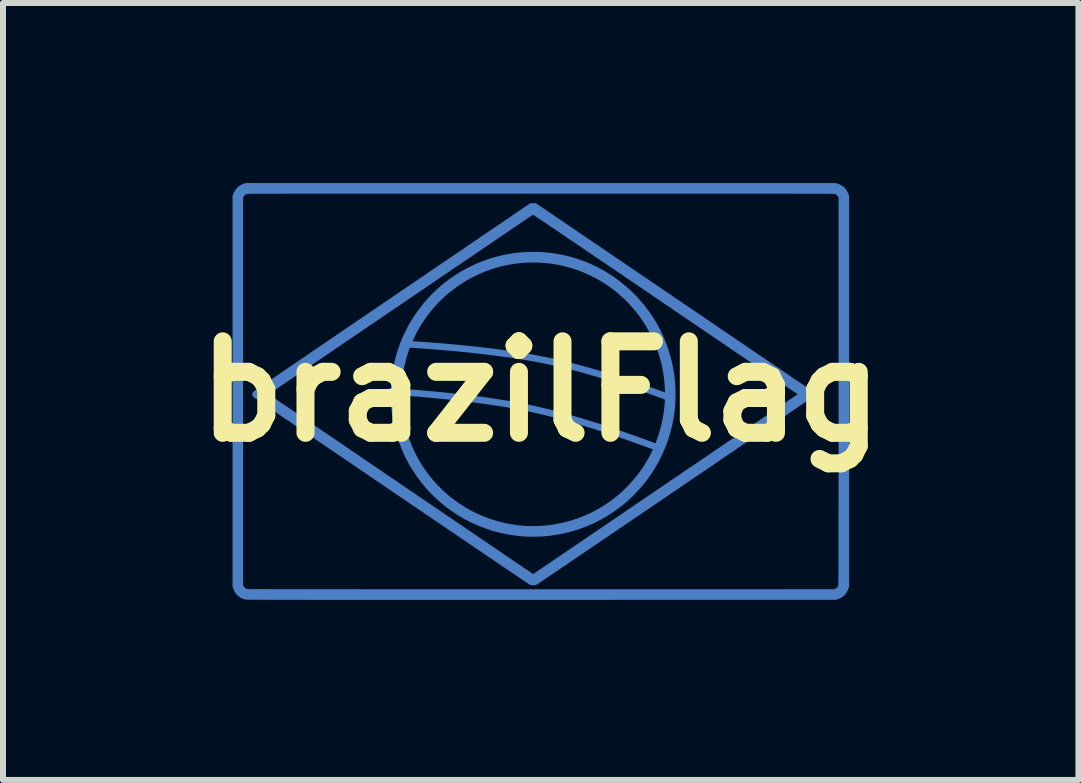
<source format=kicad_pcb>
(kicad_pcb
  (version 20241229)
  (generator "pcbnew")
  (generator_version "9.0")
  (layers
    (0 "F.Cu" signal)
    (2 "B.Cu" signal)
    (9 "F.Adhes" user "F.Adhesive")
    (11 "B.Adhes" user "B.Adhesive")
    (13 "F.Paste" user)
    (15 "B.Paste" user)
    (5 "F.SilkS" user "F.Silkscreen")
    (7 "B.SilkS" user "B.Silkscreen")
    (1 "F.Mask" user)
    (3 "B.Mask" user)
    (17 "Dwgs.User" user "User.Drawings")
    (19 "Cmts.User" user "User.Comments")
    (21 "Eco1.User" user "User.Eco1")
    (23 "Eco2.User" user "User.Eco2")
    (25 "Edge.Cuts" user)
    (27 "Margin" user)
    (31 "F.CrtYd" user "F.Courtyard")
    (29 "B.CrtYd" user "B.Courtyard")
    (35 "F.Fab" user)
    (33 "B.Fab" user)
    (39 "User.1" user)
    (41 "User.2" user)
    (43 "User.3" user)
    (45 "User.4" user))
  (footprint "brazilFlag"
    (layer "F.Cu")
    (at 5.958 3.471)
    (property "Reference" "brazilFlag" (at 0 0 0) (layer "F.SilkS") (effects (font (size 1.524 1.524) (thickness 0.3))))
    (attr through_hole)
    (pad "1" smd custom (at 1.95 -0.95) (size 0.1 0.1) (layers "B.Cu" "B.Mask") (options (anchor circle)) (primitives (gr_poly (pts (xy -2.025 -1.37) (xy -1.97 -1.368) (xy -1.941 -1.367) (xy -1.814 -1.356) (xy -1.689 -1.338) (xy -1.566 -1.315) (xy -1.444 -1.285) (xy -1.324 -1.248) (xy -1.205 -1.205) (xy -1.119 -1.169) (xy -1.094 -1.158) (xy -1.066 -1.144) (xy -1.034 -1.128) (xy -1.001 -1.112) (xy -0.967 -1.094) (xy -0.935 -1.077) (xy -0.906 -1.061) (xy -0.88 -1.047) (xy -0.871 -1.041) (xy -0.764 -0.974) (xy -0.661 -0.901) (xy -0.563 -0.823) (xy -0.469 -0.741) (xy -0.38 -0.654) (xy -0.296 -0.563) (xy -0.217 -0.469) (xy -0.143 -0.37) (xy -0.074 -0.268) (xy -0.011 -0.162) (xy 0.046 -0.053) (xy 0.098 0.059) (xy 0.144 0.174) (xy 0.184 0.291) (xy 0.218 0.411) (xy 0.246 0.533) (xy 0.267 0.657) (xy 0.28 0.759) (xy 0.289 0.884) (xy 0.292 1.009) (xy 0.288 1.133) (xy 0.278 1.257) (xy 0.261 1.38) (xy 0.238 1.502) (xy 0.208 1.622) (xy 0.172 1.741) (xy 0.13 1.857) (xy 0.082 1.972) (xy 0.028 2.084) (xy -0.032 2.193) (xy -0.098 2.299) (xy -0.17 2.402) (xy -0.231 2.482) (xy -0.264 2.522) (xy -0.301 2.564) (xy -0.34 2.607) (xy -0.381 2.65) (xy -0.423 2.692) (xy -0.464 2.731) (xy -0.503 2.768) (xy -0.531 2.793) (xy -0.632 2.874) (xy -0.735 2.949) (xy -0.841 3.018) (xy -0.95 3.081) (xy -1.062 3.138) (xy -1.177 3.188) (xy -1.294 3.233) (xy -1.414 3.271) (xy -1.536 3.303) (xy -1.66 3.328) (xy -1.787 3.348) (xy -1.916 3.36) (xy -1.93 3.361) (xy -1.944 3.362) (xy -1.964 3.363) (xy -1.988 3.363) (xy -2.015 3.364) (xy -2.044 3.364) (xy -2.074 3.364) (xy -2.104 3.364) (xy -2.132 3.364) (xy -2.158 3.364) (xy -2.18 3.363) (xy -2.198 3.363) (xy -2.207 3.362) (xy -2.217 3.362) (xy -2.231 3.361) (xy -2.248 3.359) (xy -2.266 3.358) (xy -2.267 3.358) (xy -2.392 3.344) (xy -2.515 3.324) (xy -2.637 3.298) (xy -2.756 3.266) (xy -2.873 3.227) (xy -2.987 3.183) (xy -3.098 3.133) (xy -3.207 3.078) (xy -3.312 3.017) (xy -3.414 2.951) (xy -3.512 2.88) (xy -3.607 2.804) (xy -3.697 2.723) (xy -3.784 2.638) (xy -3.866 2.548) (xy -3.943 2.454) (xy -4.016 2.355) (xy -4.084 2.253) (xy -4.147 2.147) (xy -4.204 2.036) (xy -4.256 1.923) (xy -4.302 1.806) (xy -4.306 1.795) (xy -4.337 1.702) (xy -4.364 1.606) (xy -4.388 1.509) (xy -4.408 1.411) (xy -4.423 1.314) (xy -4.434 1.219) (xy -4.44 1.127) (xy -4.441 1.101) (xy -4.442 1.079) (xy -4.442 1.059) (xy -4.443 1.041) (xy -4.444 1.027) (xy -4.445 1.019) (xy -4.446 1.011) (xy -4.278 1.011) (xy -4.276 1.078) (xy -4.268 1.196) (xy -4.255 1.314) (xy -4.234 1.431) (xy -4.208 1.547) (xy -4.175 1.662) (xy -4.135 1.775) (xy -4.09 1.885) (xy -4.039 1.993) (xy -3.982 2.099) (xy -3.919 2.201) (xy -3.91 2.215) (xy -3.84 2.315) (xy -3.765 2.41) (xy -3.685 2.5) (xy -3.601 2.585) (xy -3.512 2.666) (xy -3.42 2.741) (xy -3.324 2.811) (xy -3.224 2.875) (xy -3.121 2.935) (xy -3.015 2.988) (xy -2.906 3.036) (xy -2.794 3.078) (xy -2.68 3.114) (xy -2.563 3.144) (xy -2.445 3.167) (xy -2.325 3.185) (xy -2.209 3.195) (xy -2.18 3.196) (xy -2.146 3.197) (xy -2.109 3.198) (xy -2.07 3.198) (xy -2.032 3.198) (xy -1.996 3.197) (xy -1.964 3.196) (xy -1.949 3.195) (xy -1.826 3.184) (xy -1.705 3.167) (xy -1.586 3.143) (xy -1.468 3.113) (xy -1.352 3.076) (xy -1.239 3.033) (xy -1.128 2.984) (xy -1.019 2.928) (xy -0.913 2.866) (xy -0.854 2.829) (xy -0.756 2.759) (xy -0.662 2.685) (xy -0.572 2.605) (xy -0.486 2.52) (xy -0.405 2.43) (xy -0.329 2.337) (xy -0.258 2.239) (xy -0.202 2.152) (xy -0.142 2.048) (xy -0.087 1.94) (xy -0.038 1.83) (xy 0.004 1.716) (xy 0.04 1.601) (xy 0.07 1.484) (xy 0.094 1.366) (xy 0.111 1.246) (xy 0.118 1.181) (xy 0.119 1.16) (xy 0.121 1.139) (xy 0.122 1.121) (xy 0.122 1.107) (xy 0.123 1.1) (xy 0.123 1.08) (xy 0.096 1.071) (xy -0.086 1.005) (xy -0.265 0.942) (xy -0.441 0.882) (xy -0.614 0.825) (xy -0.783 0.772) (xy -0.948 0.721) (xy -1.109 0.674) (xy -1.266 0.63) (xy -1.418 0.589) (xy -1.566 0.552) (xy -1.708 0.519) (xy -1.846 0.489) (xy -1.967 0.464) (xy -2.077 0.444) (xy -2.193 0.424) (xy -2.315 0.404) (xy -2.442 0.385) (xy -2.573 0.367) (xy -2.709 0.349) (xy -2.847 0.331) (xy -2.989 0.315) (xy -3.132 0.299) (xy -3.278 0.284) (xy -3.424 0.27) (xy -3.571 0.257) (xy -3.717 0.245) (xy -3.863 0.234) (xy -3.985 0.225) (xy -4.013 0.224) (xy -4.039 0.222) (xy -4.063 0.22) (xy -4.083 0.219) (xy -4.099 0.218) (xy -4.11 0.217) (xy -4.113 0.217) (xy -4.134 0.215) (xy -4.141 0.234) (xy -4.165 0.303) (xy -4.188 0.376) (xy -4.208 0.452) (xy -4.226 0.53) (xy -4.242 0.608) (xy -4.255 0.686) (xy -4.265 0.762) (xy -4.271 0.835) (xy -4.274 0.881) (xy -4.275 0.911) (xy -4.173 0.918) (xy -4.008 0.931) (xy -3.845 0.945) (xy -3.684 0.959) (xy -3.525 0.975) (xy -3.369 0.992) (xy -3.217 1.009) (xy -3.069 1.027) (xy -2.924 1.046) (xy -2.785 1.065) (xy -2.65 1.086) (xy -2.52 1.106) (xy -2.397 1.128) (xy -2.279 1.149) (xy -2.241 1.157) (xy -2.096 1.187) (xy -1.947 1.221) (xy -1.793 1.258) (xy -1.634 1.299) (xy -1.47 1.344) (xy -1.301 1.393) (xy -1.127 1.446) (xy -0.948 1.502) (xy -0.764 1.562) (xy -0.574 1.627) (xy -0.522 1.644) (xy -0.492 1.655) (xy -0.46 1.666) (xy -0.425 1.679) (xy -0.389 1.691) (xy -0.352 1.705) (xy -0.315 1.718) (xy -0.278 1.731) (xy -0.242 1.744) (xy -0.207 1.757) (xy -0.174 1.769) (xy -0.144 1.78) (xy -0.116 1.791) (xy -0.092 1.799) (xy -0.073 1.807) (xy -0.058 1.813) (xy -0.048 1.817) (xy -0.044 1.818) (xy -0.044 1.818) (xy -0.045 1.822) (xy -0.048 1.83) (xy -0.052 1.841) (xy -0.057 1.855) (xy -0.063 1.87) (xy -0.068 1.885) (xy -0.073 1.897) (xy -0.077 1.906) (xy -0.079 1.911) (xy -0.079 1.911) (xy -0.082 1.91) (xy -0.091 1.907) (xy -0.104 1.902) (xy -0.122 1.896) (xy -0.143 1.888) (xy -0.167 1.879) (xy -0.184 1.873) (xy -0.334 1.818) (xy -0.484 1.764) (xy -0.635 1.711) (xy -0.786 1.66) (xy -0.935 1.611) (xy -1.084 1.564) (xy -1.23 1.519) (xy -1.375 1.476) (xy -1.516 1.436) (xy -1.655 1.398) (xy -1.789 1.363) (xy -1.92 1.33) (xy -2.046 1.301) (xy -2.166 1.274) (xy -2.236 1.26) (xy -2.338 1.24) (xy -2.447 1.221) (xy -2.561 1.201) (xy -2.681 1.183) (xy -2.805 1.164) (xy -2.933 1.146) (xy -3.064 1.129) (xy -3.199 1.112) (xy -3.336 1.096) (xy -3.475 1.081) (xy -3.616 1.067) (xy -3.757 1.053) (xy -3.899 1.041) (xy -4.041 1.029) (xy -4.146 1.021) (xy -4.172 1.019) (xy -4.196 1.018) (xy -4.218 1.016) (xy -4.237 1.014) (xy -4.251 1.013) (xy -4.259 1.013) (xy -4.259 1.013) (xy -4.278 1.011) (xy -4.446 1.011) (xy -4.446 1.008) (xy -4.448 1.003) (xy -4.452 1.001) (xy -4.457 1) (xy -4.468 0.999) (xy -4.467 0.965) (xy -4.466 0.949) (xy -4.466 0.933) (xy -4.465 0.92) (xy -4.464 0.915) (xy -4.463 0.906) (xy -4.46 0.901) (xy -4.456 0.899) (xy -4.453 0.899) (xy -4.443 0.899) (xy -4.441 0.866) (xy -4.43 0.741) (xy -4.413 0.619) (xy -4.391 0.501) (xy -4.363 0.384) (xy -4.329 0.269) (xy -4.289 0.155) (xy -4.273 0.113) (xy -4.091 0.113) (xy -4.09 0.116) (xy -4.088 0.117) (xy -4.085 0.118) (xy -4.081 0.118) (xy -4.079 0.118) (xy -4.073 0.119) (xy -4.06 0.12) (xy -4.043 0.121) (xy -4.021 0.123) (xy -3.996 0.124) (xy -3.968 0.126) (xy -3.938 0.128) (xy -3.933 0.129) (xy -3.816 0.137) (xy -3.696 0.146) (xy -3.573 0.156) (xy -3.448 0.167) (xy -3.322 0.179) (xy -3.196 0.191) (xy -3.072 0.204) (xy -2.95 0.218) (xy -2.831 0.232) (xy -2.717 0.246) (xy -2.609 0.26) (xy -2.6 0.261) (xy -2.462 0.28) (xy -2.33 0.3) (xy -2.203 0.32) (xy -2.08 0.342) (xy -1.959 0.364) (xy -1.841 0.388) (xy -1.723 0.413) (xy -1.605 0.44) (xy -1.486 0.468) (xy -1.365 0.499) (xy -1.242 0.533) (xy -1.114 0.568) (xy -0.999 0.601) (xy -0.913 0.627) (xy -0.823 0.655) (xy -0.729 0.684) (xy -0.633 0.714) (xy -0.536 0.746) (xy -0.438 0.778) (xy -0.341 0.81) (xy -0.247 0.842) (xy -0.155 0.874) (xy -0.067 0.905) (xy 0.016 0.935) (xy 0.062 0.951) (xy 0.081 0.958) (xy 0.097 0.964) (xy 0.111 0.969) (xy 0.12 0.972) (xy 0.124 0.973) (xy 0.125 0.97) (xy 0.125 0.962) (xy 0.125 0.949) (xy 0.125 0.933) (xy 0.125 0.929) (xy 0.119 0.833) (xy 0.11 0.743) (xy 0.098 0.656) (xy 0.084 0.572) (xy 0.066 0.489) (xy 0.044 0.407) (xy 0.019 0.323) (xy 0.015 0.312) (xy -0.025 0.198) (xy -0.072 0.087) (xy -0.125 -0.021) (xy -0.183 -0.126) (xy -0.247 -0.227) (xy -0.317 -0.325) (xy -0.391 -0.419) (xy -0.471 -0.508) (xy -0.555 -0.594) (xy -0.645 -0.675) (xy -0.738 -0.751) (xy -0.836 -0.822) (xy -0.851 -0.832) (xy -0.941 -0.888) (xy -1.035 -0.942) (xy -1.133 -0.991) (xy -1.232 -1.035) (xy -1.323 -1.071) (xy -1.437 -1.109) (xy -1.553 -1.141) (xy -1.67 -1.166) (xy -1.789 -1.185) (xy -1.908 -1.197) (xy -2.028 -1.203) (xy -2.148 -1.202) (xy -2.268 -1.195) (xy -2.388 -1.181) (xy -2.507 -1.161) (xy -2.625 -1.134) (xy -2.657 -1.126) (xy -2.772 -1.091) (xy -2.885 -1.05) (xy -2.995 -1.002) (xy -3.102 -0.95) (xy -3.206 -0.891) (xy -3.307 -0.827) (xy -3.403 -0.758) (xy -3.496 -0.684) (xy -3.585 -0.605) (xy -3.669 -0.522) (xy -3.749 -0.433) (xy -3.824 -0.341) (xy -3.893 -0.244) (xy -3.958 -0.144) (xy -4.017 -0.04) (xy -4.051 0.027) (xy -4.064 0.053) (xy -4.074 0.073) (xy -4.081 0.089) (xy -4.086 0.1) (xy -4.089 0.108) (xy -4.091 0.113) (xy -4.273 0.113) (xy -4.261 0.083) (xy -4.249 0.055) (xy -4.234 0.022) (xy -4.217 -0.014) (xy -4.198 -0.051) (xy -4.18 -0.088) (xy -4.161 -0.124) (xy -4.143 -0.158) (xy -4.127 -0.187) (xy -4.122 -0.195) (xy -4.055 -0.302) (xy -3.983 -0.406) (xy -3.906 -0.505) (xy -3.825 -0.599) (xy -3.739 -0.688) (xy -3.648 -0.773) (xy -3.554 -0.853) (xy -3.455 -0.927) (xy -3.353 -0.996) (xy -3.248 -1.06) (xy -3.139 -1.118) (xy -3.027 -1.171) (xy -2.912 -1.218) (xy -2.795 -1.259) (xy -2.675 -1.293) (xy -2.553 -1.322) (xy -2.429 -1.344) (xy -2.379 -1.351) (xy -2.325 -1.357) (xy -2.268 -1.362) (xy -2.207 -1.366) (xy -2.145 -1.369) (xy -2.084 -1.37) (xy -2.025 -1.37)) (width 0.01) (fill yes))))
    (pad "1" smd custom (at 3 -0.95) (size 0.1 0.1) (layers "B.Cu" "B.Mask") (options (anchor circle)) (primitives (gr_poly (pts (xy -0.822 -0.645) (xy -0.709 -0.568) (xy -0.597 -0.492) (xy -0.487 -0.418) (xy -0.379 -0.344) (xy -0.272 -0.271) (xy -0.167 -0.2) (xy -0.064 -0.13) (xy 0.037 -0.061) (xy 0.136 0.006) (xy 0.232 0.071) (xy 0.326 0.135) (xy 0.417 0.197) (xy 0.506 0.258) (xy 0.592 0.316) (xy 0.674 0.372) (xy 0.754 0.426) (xy 0.83 0.478) (xy 0.902 0.527) (xy 0.972 0.574) (xy 1.037 0.619) (xy 1.099 0.66) (xy 1.156 0.7) (xy 1.21 0.736) (xy 1.259 0.769) (xy 1.304 0.8) (xy 1.344 0.827) (xy 1.379 0.851) (xy 1.41 0.872) (xy 1.436 0.89) (xy 1.457 0.904) (xy 1.473 0.915) (xy 1.483 0.922) (xy 1.488 0.925) (xy 1.507 0.939) (xy 1.522 0.95) (xy 1.532 0.959) (xy 1.539 0.967) (xy 1.541 0.97) (xy 1.547 0.988) (xy 1.547 1.007) (xy 1.541 1.025) (xy 1.54 1.026) (xy 1.539 1.027) (xy 1.537 1.029) (xy 1.534 1.031) (xy 1.53 1.035) (xy 1.525 1.039) (xy 1.518 1.044) (xy 1.51 1.05) (xy 1.5 1.057) (xy 1.488 1.065) (xy 1.475 1.075) (xy 1.459 1.085) (xy 1.442 1.098) (xy 1.422 1.111) (xy 1.401 1.126) (xy 1.376 1.143) (xy 1.35 1.162) (xy 1.32 1.182) (xy 1.288 1.204) (xy 1.253 1.228) (xy 1.216 1.253) (xy 1.175 1.281) (xy 1.131 1.311) (xy 1.084 1.344) (xy 1.033 1.378) (xy 0.979 1.415) (xy 0.921 1.454) (xy 0.86 1.496) (xy 0.795 1.541) (xy 0.726 1.588) (xy 0.653 1.637) (xy 0.575 1.69) (xy 0.494 1.745) (xy 0.408 1.804) (xy 0.318 1.865) (xy 0.223 1.93) (xy 0.123 1.997) (xy 0.019 2.068) (xy -0.09 2.143) (xy -0.205 2.22) (xy -0.324 2.302) (xy -0.449 2.386) (xy -0.579 2.475) (xy -0.714 2.567) (xy -0.762 2.599) (xy -0.875 2.676) (xy -0.987 2.752) (xy -1.097 2.827) (xy -1.206 2.901) (xy -1.313 2.974) (xy -1.419 3.045) (xy -1.522 3.116) (xy -1.623 3.184) (xy -1.722 3.251) (xy -1.818 3.317) (xy -1.912 3.381) (xy -2.003 3.443) (xy -2.092 3.503) (xy -2.177 3.561) (xy -2.26 3.617) (xy -2.339 3.67) (xy -2.415 3.722) (xy -2.488 3.771) (xy -2.556 3.818) (xy -2.622 3.862) (xy -2.683 3.903) (xy -2.74 3.942) (xy -2.794 3.978) (xy -2.843 4.011) (xy -2.887 4.042) (xy -2.927 4.069) (xy -2.963 4.093) (xy -2.993 4.113) (xy -3.019 4.131) (xy -3.04 4.145) (xy -3.055 4.155) (xy -3.066 4.162) (xy -3.07 4.165) (xy -3.071 4.165) (xy -3.086 4.17) (xy -3.105 4.173) (xy -3.126 4.174) (xy -3.147 4.173) (xy -3.165 4.171) (xy -3.174 4.168) (xy -3.178 4.166) (xy -3.187 4.16) (xy -3.201 4.15) (xy -3.221 4.137) (xy -3.245 4.121) (xy -3.274 4.101) (xy -3.308 4.079) (xy -3.347 4.053) (xy -3.389 4.024) (xy -3.436 3.992) (xy -3.487 3.958) (xy -3.542 3.921) (xy -3.6 3.882) (xy -3.662 3.84) (xy -3.727 3.796) (xy -3.795 3.749) (xy -3.867 3.701) (xy -3.941 3.651) (xy -4.018 3.599) (xy -4.097 3.545) (xy -4.179 3.489) (xy -4.264 3.432) (xy -4.35 3.373) (xy -4.438 3.314) (xy -4.528 3.253) (xy -4.619 3.191) (xy -4.712 3.128) (xy -4.806 3.064) (xy -4.902 2.999) (xy -4.998 2.934) (xy -5.095 2.868) (xy -5.193 2.801) (xy -5.291 2.735) (xy -5.389 2.668) (xy -5.488 2.601) (xy -5.586 2.534) (xy -5.685 2.467) (xy -5.783 2.401) (xy -5.88 2.334) (xy -5.977 2.268) (xy -6.073 2.203) (xy -6.168 2.138) (xy -6.262 2.074) (xy -6.355 2.011) (xy -6.446 1.949) (xy -6.536 1.888) (xy -6.624 1.829) (xy -6.71 1.77) (xy -6.793 1.713) (xy -6.875 1.658) (xy -6.954 1.604) (xy -7.031 1.552) (xy -7.104 1.502) (xy -7.175 1.453) (xy -7.243 1.407) (xy -7.308 1.363) (xy -7.369 1.321) (xy -7.427 1.282) (xy -7.481 1.245) (xy -7.531 1.211) (xy -7.577 1.179) (xy -7.619 1.151) (xy -7.656 1.125) (xy -7.689 1.102) (xy -7.718 1.083) (xy -7.741 1.066) (xy -7.76 1.054) (xy -7.773 1.044) (xy -7.782 1.038) (xy -7.784 1.036) (xy -7.796 1.02) (xy -7.801 1.003) (xy -7.8 0.998) (xy -7.537 0.998) (xy -7.534 1) (xy -7.526 1.006) (xy -7.513 1.015) (xy -7.494 1.028) (xy -7.47 1.044) (xy -7.442 1.064) (xy -7.409 1.086) (xy -7.372 1.112) (xy -7.33 1.14) (xy -7.284 1.171) (xy -7.234 1.205) (xy -7.18 1.242) (xy -7.123 1.281) (xy -7.062 1.322) (xy -6.998 1.366) (xy -6.931 1.412) (xy -6.861 1.46) (xy -6.787 1.509) (xy -6.712 1.561) (xy -6.633 1.614) (xy -6.553 1.669) (xy -6.47 1.725) (xy -6.385 1.783) (xy -6.298 1.842) (xy -6.21 1.902) (xy -6.12 1.963) (xy -6.029 2.025) (xy -5.937 2.088) (xy -5.843 2.152) (xy -5.749 2.216) (xy -5.654 2.281) (xy -5.558 2.346) (xy -5.462 2.411) (xy -5.366 2.476) (xy -5.27 2.542) (xy -5.173 2.607) (xy -5.078 2.672) (xy -4.982 2.737) (xy -4.887 2.802) (xy -4.793 2.866) (xy -4.7 2.929) (xy -4.608 2.992) (xy -4.517 3.054) (xy -4.427 3.114) (xy -4.34 3.174) (xy -4.253 3.233) (xy -4.169 3.29) (xy -4.087 3.346) (xy -4.007 3.4) (xy -3.929 3.453) (xy -3.854 3.504) (xy -3.782 3.553) (xy -3.713 3.6) (xy -3.646 3.645) (xy -3.583 3.688) (xy -3.523 3.729) (xy -3.467 3.767) (xy -3.414 3.803) (xy -3.366 3.836) (xy -3.321 3.866) (xy -3.28 3.894) (xy -3.244 3.918) (xy -3.212 3.94) (xy -3.185 3.958) (xy -3.163 3.973) (xy -3.146 3.985) (xy -3.134 3.993) (xy -3.127 3.997) (xy -3.126 3.998) (xy -3.123 3.996) (xy -3.115 3.99) (xy -3.101 3.981) (xy -3.082 3.968) (xy -3.058 3.952) (xy -3.029 3.933) (xy -2.996 3.91) (xy -2.957 3.884) (xy -2.915 3.855) (xy -2.867 3.823) (xy -2.816 3.788) (xy -2.76 3.75) (xy -2.701 3.71) (xy -2.637 3.666) (xy -2.57 3.621) (xy -2.499 3.573) (xy -2.425 3.522) (xy -2.347 3.47) (xy -2.267 3.415) (xy -2.183 3.358) (xy -2.096 3.299) (xy -2.006 3.238) (xy -1.914 3.175) (xy -1.82 3.111) (xy -1.722 3.045) (xy -1.623 2.977) (xy -1.522 2.908) (xy -1.418 2.838) (xy -1.313 2.767) (xy -1.206 2.694) (xy -1.097 2.62) (xy -0.987 2.545) (xy -0.926 2.504) (xy -0.792 2.412) (xy -0.663 2.325) (xy -0.54 2.241) (xy -0.421 2.161) (xy -0.308 2.084) (xy -0.201 2.011) (xy -0.098 1.94) (xy 0.001 1.874) (xy 0.094 1.81) (xy 0.183 1.75) (xy 0.268 1.692) (xy 0.348 1.638) (xy 0.424 1.586) (xy 0.495 1.537) (xy 0.563 1.491) (xy 0.627 1.448) (xy 0.687 1.407) (xy 0.743 1.369) (xy 0.796 1.333) (xy 0.846 1.299) (xy 0.892 1.268) (xy 0.935 1.239) (xy 0.974 1.212) (xy 1.011 1.187) (xy 1.045 1.164) (xy 1.076 1.142) (xy 1.105 1.123) (xy 1.131 1.105) (xy 1.154 1.089) (xy 1.175 1.075) (xy 1.194 1.062) (xy 1.211 1.05) (xy 1.226 1.04) (xy 1.239 1.031) (xy 1.251 1.023) (xy 1.26 1.017) (xy 1.269 1.011) (xy 1.276 1.006) (xy 1.281 1.002) (xy 1.285 0.999) (xy 1.289 0.997) (xy 1.291 0.995) (xy 1.293 0.994) (xy 1.294 0.993) (xy 1.294 0.993) (xy 1.294 0.993) (xy 1.293 0.993) (xy 1.292 0.994) (xy 1.291 0.994) (xy 1.29 0.995) (xy 1.289 0.996) (xy 1.288 0.996) (xy 1.287 0.996) (xy 1.287 0.996) (xy 1.285 0.994) (xy 1.276 0.988) (xy 1.263 0.979) (xy 1.244 0.966) (xy 1.22 0.95) (xy 1.191 0.93) (xy 1.157 0.908) (xy 1.119 0.881) (xy 1.076 0.852) (xy 1.029 0.82) (xy 0.977 0.785) (xy 0.922 0.747) (xy 0.862 0.707) (xy 0.798 0.664) (xy 0.731 0.618) (xy 0.66 0.57) (xy 0.586 0.519) (xy 0.509 0.466) (xy 0.428 0.411) (xy 0.344 0.354) (xy 0.257 0.295) (xy 0.167 0.235) (xy 0.075 0.172) (xy -0.02 0.107) (xy -0.117 0.041) (xy -0.216 -0.026) (xy -0.318 -0.095) (xy -0.421 -0.166) (xy -0.527 -0.237) (xy -0.634 -0.31) (xy -0.743 -0.384) (xy -0.853 -0.459) (xy -0.92 -0.504) (xy -1.058 -0.599) (xy -1.193 -0.69) (xy -1.324 -0.779) (xy -1.45 -0.865) (xy -1.573 -0.948) (xy -1.691 -1.029) (xy -1.806 -1.106) (xy -1.915 -1.181) (xy -2.021 -1.252) (xy -2.122 -1.321) (xy -2.219 -1.386) (xy -2.311 -1.449) (xy -2.398 -1.508) (xy -2.481 -1.564) (xy -2.559 -1.617) (xy -2.633 -1.667) (xy -2.701 -1.713) (xy -2.765 -1.757) (xy -2.824 -1.796) (xy -2.878 -1.833) (xy -2.926 -1.866) (xy -2.97 -1.895) (xy -3.009 -1.921) (xy -3.042 -1.943) (xy -3.07 -1.962) (xy -3.093 -1.977) (xy -3.11 -1.989) (xy -3.122 -1.996) (xy -3.128 -2) (xy -3.13 -2.001) (xy -3.132 -1.999) (xy -3.141 -1.993) (xy -3.154 -1.984) (xy -3.173 -1.971) (xy -3.197 -1.955) (xy -3.225 -1.936) (xy -3.259 -1.913) (xy -3.296 -1.888) (xy -3.338 -1.859) (xy -3.384 -1.828) (xy -3.434 -1.794) (xy -3.488 -1.758) (xy -3.545 -1.719) (xy -3.606 -1.677) (xy -3.67 -1.634) (xy -3.737 -1.588) (xy -3.807 -1.54) (xy -3.88 -1.491) (xy -3.956 -1.439) (xy -4.034 -1.386) (xy -4.115 -1.331) (xy -4.198 -1.275) (xy -4.282 -1.218) (xy -4.369 -1.159) (xy -4.457 -1.099) (xy -4.547 -1.038) (xy -4.638 -0.976) (xy -4.73 -0.914) (xy -4.823 -0.85) (xy -4.917 -0.786) (xy -5.012 -0.722) (xy -5.107 -0.657) (xy -5.203 -0.592) (xy -5.298 -0.527) (xy -5.394 -0.462) (xy -5.49 -0.397) (xy -5.585 -0.332) (xy -5.68 -0.268) (xy -5.774 -0.204) (xy -5.868 -0.14) (xy -5.96 -0.077) (xy -6.052 -0.015) (xy -6.142 0.046) (xy -6.23 0.106) (xy -6.317 0.165) (xy -6.403 0.223) (xy -6.486 0.28) (xy -6.567 0.335) (xy -6.646 0.389) (xy -6.723 0.441) (xy -6.796 0.491) (xy -6.868 0.539) (xy -6.936 0.586) (xy -7.001 0.63) (xy -7.063 0.672) (xy -7.121 0.712) (xy -7.176 0.749) (xy -7.227 0.784) (xy -7.274 0.816) (xy -7.317 0.845) (xy -7.356 0.871) (xy -7.391 0.895) (xy -7.421 0.915) (xy -7.446 0.932) (xy -7.466 0.946) (xy -7.481 0.956) (xy -7.491 0.963) (xy -7.493 0.965) (xy -7.508 0.975) (xy -7.521 0.984) (xy -7.531 0.992) (xy -7.536 0.997) (xy -7.537 0.998) (xy -7.8 0.998) (xy -7.799 0.985) (xy -7.792 0.968) (xy -7.784 0.959) (xy -7.781 0.956) (xy -7.772 0.95) (xy -7.758 0.94) (xy -7.739 0.927) (xy -7.714 0.91) (xy -7.685 0.89) (xy -7.651 0.866) (xy -7.612 0.84) (xy -7.569 0.81) (xy -7.521 0.778) (xy -7.469 0.742) (xy -7.412 0.704) (xy -7.352 0.663) (xy -7.288 0.619) (xy -7.22 0.572) (xy -7.148 0.524) (xy -7.073 0.473) (xy -6.995 0.419) (xy -6.913 0.364) (xy -6.829 0.306) (xy -6.741 0.246) (xy -6.65 0.184) (xy -6.557 0.121) (xy -6.461 0.056) (xy -6.363 -0.011) (xy -6.262 -0.08) (xy -6.16 -0.149) (xy -6.055 -0.221) (xy -5.948 -0.293) (xy -5.839 -0.367) (xy -5.729 -0.442) (xy -5.618 -0.518) (xy -5.505 -0.595) (xy -5.472 -0.617) (xy -3.171 -2.181) (xy -3.128 -2.182) (xy -3.085 -2.183) (xy -0.822 -0.645)) (width 0.01) (fill yes))))
    (pad "1" smd custom (at 5.05 -3) (size 0.1 0.1) (layers "B.Cu" "B.Mask") (options (anchor circle)) (primitives (gr_poly (pts (xy -0.111 -0.459) (xy -0.07 -0.443) (xy -0.033 -0.423) (xy -0.001 -0.397) (xy 0.027 -0.367) (xy 0.051 -0.331) (xy 0.069 -0.292) (xy 0.075 -0.275) (xy 0.083 -0.25) (xy 0.083 6.249) (xy 0.075 6.275) (xy 0.058 6.316) (xy 0.037 6.353) (xy 0.01 6.386) (xy -0.021 6.414) (xy -0.056 6.436) (xy -0.096 6.454) (xy -0.109 6.458) (xy -0.134 6.466) (xy -5.04 6.467) (xy -5.263 6.467) (xy -5.48 6.467) (xy -5.69 6.467) (xy -5.893 6.467) (xy -6.091 6.467) (xy -6.282 6.467) (xy -6.466 6.467) (xy -6.645 6.467) (xy -6.818 6.467) (xy -6.984 6.467) (xy -7.145 6.467) (xy -7.301 6.467) (xy -7.45 6.467) (xy -7.595 6.467) (xy -7.733 6.467) (xy -7.867 6.467) (xy -7.995 6.467) (xy -8.118 6.467) (xy -8.236 6.467) (xy -8.349 6.467) (xy -8.458 6.467) (xy -8.561 6.467) (xy -8.66 6.467) (xy -8.755 6.467) (xy -8.845 6.467) (xy -8.93 6.467) (xy -9.012 6.466) (xy -9.089 6.466) (xy -9.162 6.466) (xy -9.232 6.466) (xy -9.297 6.466) (xy -9.359 6.466) (xy -9.417 6.466) (xy -9.471 6.466) (xy -9.522 6.466) (xy -9.57 6.466) (xy -9.615 6.466) (xy -9.656 6.465) (xy -9.694 6.465) (xy -9.729 6.465) (xy -9.762 6.465) (xy -9.791 6.465) (xy -9.818 6.465) (xy -9.842 6.465) (xy -9.864 6.465) (xy -9.883 6.464) (xy -9.901 6.464) (xy -9.915 6.464) (xy -9.928 6.464) (xy -9.939 6.464) (xy -9.948 6.464) (xy -9.955 6.463) (xy -9.961 6.463) (xy -9.964 6.463) (xy -9.967 6.463) (xy -9.967 6.463) (xy -10.009 6.45) (xy -10.047 6.433) (xy -10.081 6.409) (xy -10.111 6.381) (xy -10.137 6.348) (xy -10.157 6.31) (xy -10.171 6.275) (xy -10.179 6.249) (xy -10.179 -0.229) (xy -10.013 -0.229) (xy -10.013 6.229) (xy -10.005 6.244) (xy -9.99 6.267) (xy -9.971 6.284) (xy -9.948 6.295) (xy -9.938 6.298) (xy -9.934 6.298) (xy -9.923 6.298) (xy -9.906 6.299) (xy -9.883 6.299) (xy -9.853 6.299) (xy -9.816 6.299) (xy -9.774 6.299) (xy -9.725 6.299) (xy -9.671 6.299) (xy -9.61 6.299) (xy -9.544 6.299) (xy -9.472 6.3) (xy -9.395 6.3) (xy -9.312 6.3) (xy -9.223 6.3) (xy -9.13 6.3) (xy -9.031 6.3) (xy -8.927 6.3) (xy -8.818 6.3) (xy -8.704 6.3) (xy -8.585 6.3) (xy -8.462 6.3) (xy -8.334 6.3) (xy -8.201 6.3) (xy -8.064 6.3) (xy -7.923 6.301) (xy -7.777 6.301) (xy -7.628 6.301) (xy -7.474 6.301) (xy -7.316 6.301) (xy -7.155 6.301) (xy -6.99 6.301) (xy -6.821 6.301) (xy -6.649 6.301) (xy -6.473 6.301) (xy -6.294 6.301) (xy -6.112 6.301) (xy -5.927 6.301) (xy -5.738 6.301) (xy -5.547 6.301) (xy -5.353 6.301) (xy -5.156 6.301) (xy -5.041 6.301) (xy -0.158 6.3) (xy -0.14 6.292) (xy -0.121 6.28) (xy -0.104 6.263) (xy -0.091 6.243) (xy -0.09 6.239) (xy -0.089 6.238) (xy -0.089 6.237) (xy -0.089 6.235) (xy -0.088 6.233) (xy -0.088 6.231) (xy -0.088 6.227) (xy -0.088 6.223) (xy -0.087 6.218) (xy -0.087 6.211) (xy -0.087 6.204) (xy -0.087 6.195) (xy -0.086 6.184) (xy -0.086 6.172) (xy -0.086 6.158) (xy -0.086 6.142) (xy -0.086 6.125) (xy -0.085 6.105) (xy -0.085 6.082) (xy -0.085 6.058) (xy -0.085 6.031) (xy -0.085 6.001) (xy -0.085 5.969) (xy -0.085 5.933) (xy -0.084 5.895) (xy -0.084 5.853) (xy -0.084 5.808) (xy -0.084 5.76) (xy -0.084 5.708) (xy -0.084 5.653) (xy -0.084 5.594) (xy -0.084 5.53) (xy -0.084 5.463) (xy -0.084 5.392) (xy -0.084 5.316) (xy -0.084 5.236) (xy -0.084 5.151) (xy -0.084 5.062) (xy -0.084 4.968) (xy -0.083 4.869) (xy -0.083 4.765) (xy -0.083 4.655) (xy -0.083 4.541) (xy -0.083 4.42) (xy -0.083 4.295) (xy -0.083 4.163) (xy -0.083 4.026) (xy -0.083 3.883) (xy -0.083 3.734) (xy -0.083 3.578) (xy -0.083 3.417) (xy -0.083 3.248) (xy -0.083 3.073) (xy -0.083 -0.229) (xy -0.092 -0.246) (xy -0.107 -0.267) (xy -0.125 -0.283) (xy -0.145 -0.294) (xy -0.145 -0.294) (xy -0.147 -0.295) (xy -0.148 -0.295) (xy -0.15 -0.295) (xy -0.152 -0.295) (xy -0.155 -0.296) (xy -0.159 -0.296) (xy -0.163 -0.296) (xy -0.169 -0.296) (xy -0.176 -0.296) (xy -0.183 -0.297) (xy -0.192 -0.297) (xy -0.203 -0.297) (xy -0.215 -0.297) (xy -0.228 -0.297) (xy -0.243 -0.298) (xy -0.26 -0.298) (xy -0.279 -0.298) (xy -0.299 -0.298) (xy -0.322 -0.298) (xy -0.347 -0.298) (xy -0.375 -0.298) (xy -0.404 -0.299) (xy -0.436 -0.299) (xy -0.471 -0.299) (xy -0.509 -0.299) (xy -0.549 -0.299) (xy -0.592 -0.299) (xy -0.638 -0.299) (xy -0.688 -0.299) (xy -0.74 -0.299) (xy -0.796 -0.299) (xy -0.855 -0.3) (xy -0.918 -0.3) (xy -0.985 -0.3) (xy -1.055 -0.3) (xy -1.129 -0.3) (xy -1.207 -0.3) (xy -1.289 -0.3) (xy -1.375 -0.3) (xy -1.466 -0.3) (xy -1.561 -0.3) (xy -1.66 -0.3) (xy -1.764 -0.3) (xy -1.872 -0.3) (xy -1.985 -0.3) (xy -2.104 -0.3) (xy -2.227 -0.3) (xy -2.355 -0.3) (xy -2.488 -0.3) (xy -2.627 -0.3) (xy -2.771 -0.3) (xy -2.921 -0.3) (xy -3.076 -0.3) (xy -3.237 -0.3) (xy -3.403 -0.3) (xy -3.576 -0.3) (xy -3.754 -0.3) (xy -3.939 -0.3) (xy -4.13 -0.3) (xy -4.327 -0.3) (xy -4.531 -0.3) (xy -5.481 -0.3) (xy -5.687 -0.3) (xy -5.887 -0.3) (xy -6.08 -0.3) (xy -6.267 -0.3) (xy -6.448 -0.3) (xy -6.623 -0.3) (xy -6.792 -0.3) (xy -6.956 -0.3) (xy -7.113 -0.3) (xy -7.265 -0.3) (xy -7.411 -0.3) (xy -7.552 -0.3) (xy -7.688 -0.3) (xy -7.818 -0.3) (xy -7.943 -0.3) (xy -8.063 -0.3) (xy -8.178 -0.3) (xy -8.289 -0.3) (xy -8.395 -0.3) (xy -8.496 -0.3) (xy -8.592 -0.3) (xy -8.685 -0.3) (xy -8.772 -0.3) (xy -8.856 -0.3) (xy -8.936 -0.3) (xy -9.012 -0.3) (xy -9.083 -0.3) (xy -9.151 -0.3) (xy -9.216 -0.3) (xy -9.276 -0.3) (xy -9.334 -0.299) (xy -9.388 -0.299) (xy -9.438 -0.299) (xy -9.486 -0.299) (xy -9.53 -0.299) (xy -9.572 -0.299) (xy -9.61 -0.299) (xy -9.646 -0.299) (xy -9.679 -0.299) (xy -9.71 -0.299) (xy -9.738 -0.298) (xy -9.764 -0.298) (xy -9.788 -0.298) (xy -9.809 -0.298) (xy -9.829 -0.298) (xy -9.847 -0.298) (xy -9.862 -0.297) (xy -9.877 -0.297) (xy -9.889 -0.297) (xy -9.9 -0.297) (xy -9.91 -0.297) (xy -9.918 -0.297) (xy -9.925 -0.296) (xy -9.931 -0.296) (xy -9.936 -0.296) (xy -9.94 -0.296) (xy -9.943 -0.295) (xy -9.946 -0.295) (xy -9.948 -0.295) (xy -9.949 -0.295) (xy -9.951 -0.294) (xy -9.951 -0.294) (xy -9.952 -0.294) (xy -9.973 -0.282) (xy -9.991 -0.266) (xy -10.004 -0.246) (xy -10.013 -0.229) (xy -10.179 -0.229) (xy -10.179 -0.25) (xy -10.171 -0.275) (xy -10.155 -0.316) (xy -10.133 -0.353) (xy -10.107 -0.386) (xy -10.076 -0.413) (xy -10.041 -0.436) (xy -10.002 -0.453) (xy -9.986 -0.459) (xy -9.959 -0.466) (xy -0.138 -0.466) (xy -0.111 -0.459)) (width 0.01) (fill yes)))))
  (gr_rect
    (start -3 -3)
    (end 14.916 9.943)
    (stroke (width 0.1) (type default))
    (fill no)
    (layer "Edge.Cuts")))
</source>
